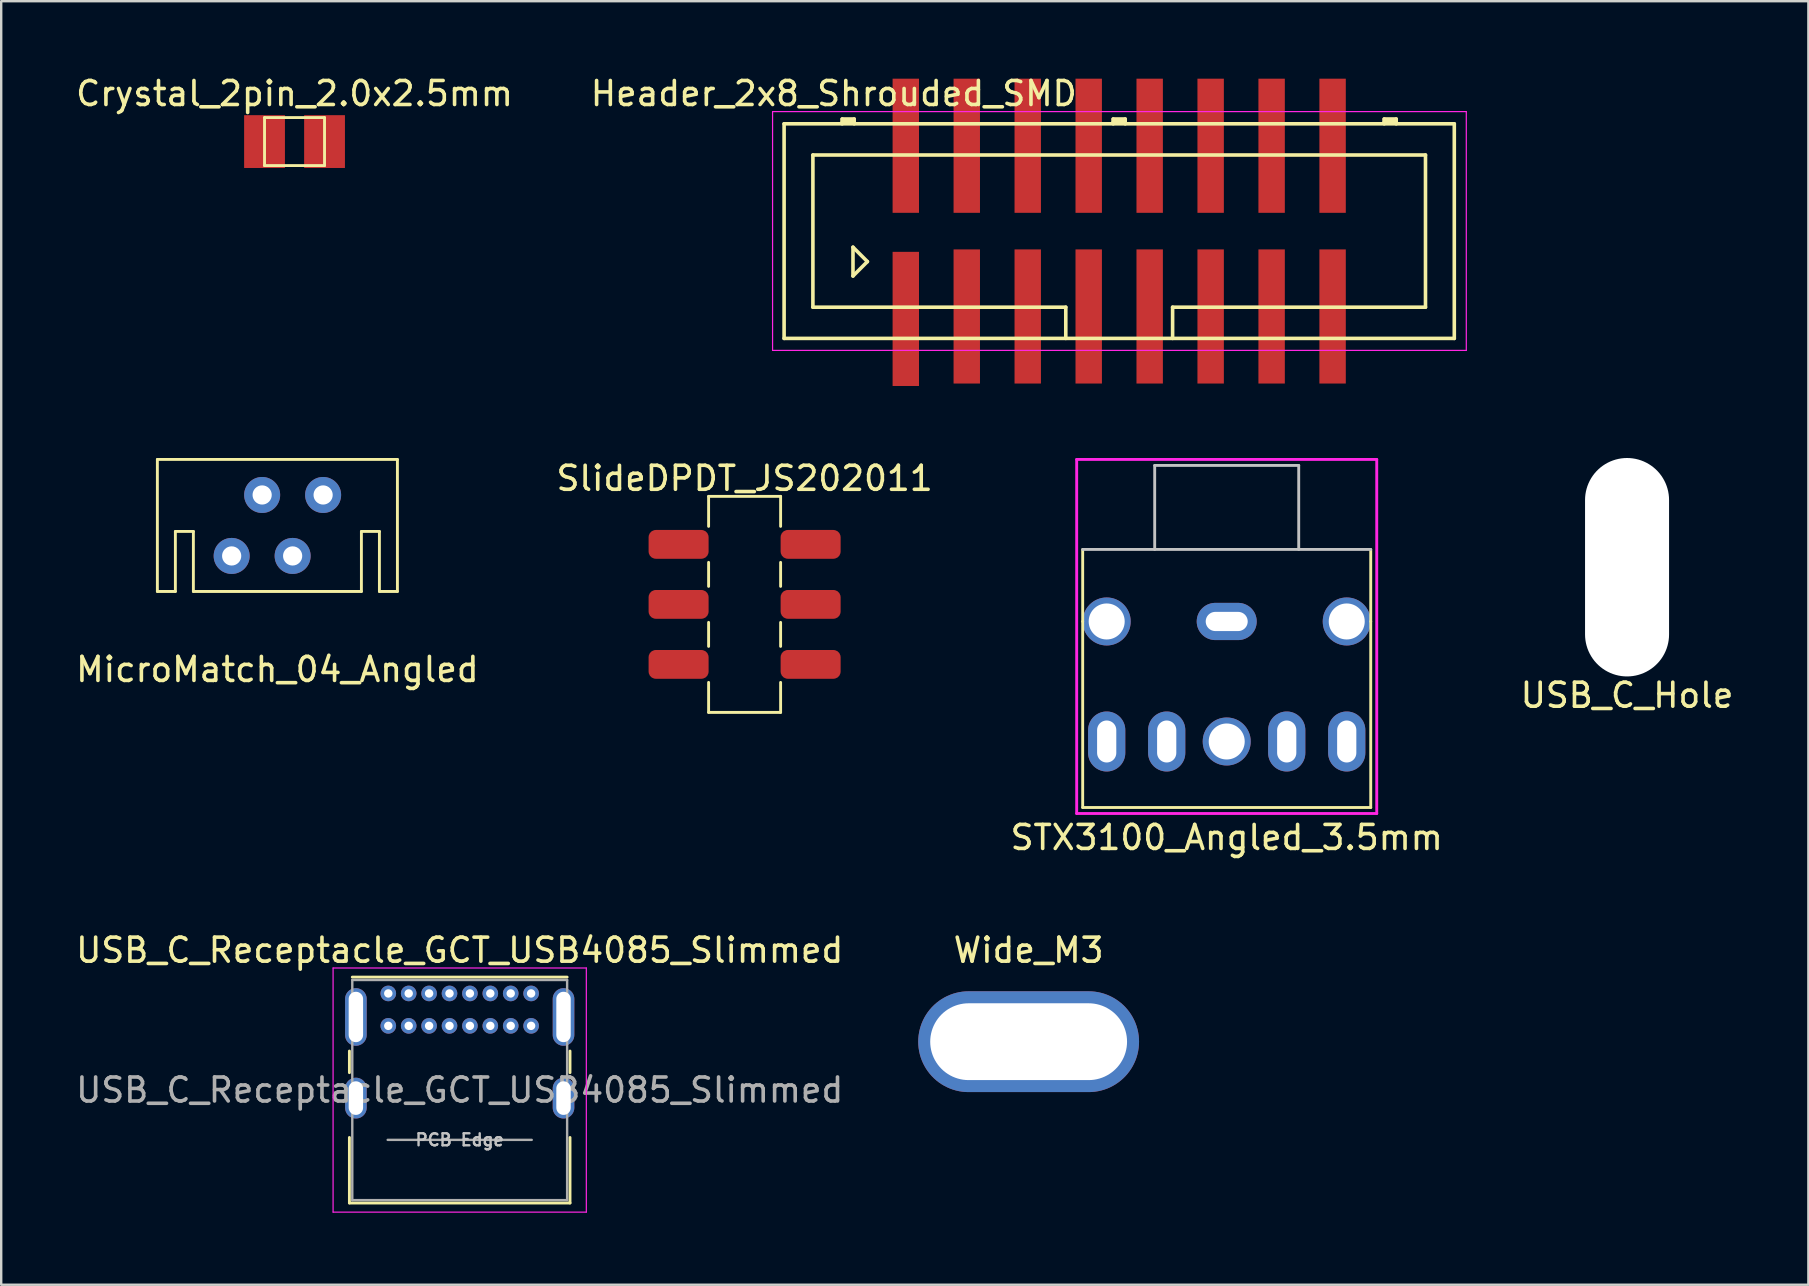
<source format=kicad_pcb>
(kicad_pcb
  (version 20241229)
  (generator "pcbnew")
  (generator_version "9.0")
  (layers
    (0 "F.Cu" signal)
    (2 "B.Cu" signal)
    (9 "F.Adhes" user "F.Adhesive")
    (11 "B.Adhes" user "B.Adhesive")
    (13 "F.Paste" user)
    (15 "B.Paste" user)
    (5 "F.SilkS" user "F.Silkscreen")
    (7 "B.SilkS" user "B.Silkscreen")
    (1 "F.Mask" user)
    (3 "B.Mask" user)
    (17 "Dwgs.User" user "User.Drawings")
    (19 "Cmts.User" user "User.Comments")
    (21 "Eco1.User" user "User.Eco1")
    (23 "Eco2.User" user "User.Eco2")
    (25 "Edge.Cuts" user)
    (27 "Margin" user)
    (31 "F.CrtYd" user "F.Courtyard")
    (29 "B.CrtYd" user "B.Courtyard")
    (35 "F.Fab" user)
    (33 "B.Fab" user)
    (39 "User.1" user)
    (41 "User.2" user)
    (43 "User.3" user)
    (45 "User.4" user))
  (footprint "SlideDPDT_JS202011"
    (layer "F.Cu")
    (at 27.97 22.128)
    (property "Reference" "SlideDPDT_JS202011" (at 0 -5.25 0) (layer "F.SilkS") (effects (font (size 1 1) (thickness 0.15))))
    (attr through_hole)
    (fp_line (start -1.5 -4.5) (end -1.5 -3.25) (stroke (width 0.12) (type solid)) (layer "F.SilkS"))
    (fp_line (start -1.5 -1.75) (end -1.5 -0.75) (stroke (width 0.12) (type solid)) (layer "F.SilkS"))
    (fp_line (start -1.5 0.75) (end -1.5 1.75) (stroke (width 0.12) (type solid)) (layer "F.SilkS"))
    (fp_line (start -1.5 4.5) (end -1.5 3.25) (stroke (width 0.12) (type solid)) (layer "F.SilkS"))
    (fp_line (start 1.5 -4.5) (end -1.5 -4.5) (stroke (width 0.12) (type solid)) (layer "F.SilkS"))
    (fp_line (start 1.5 -3.25) (end 1.5 -4.5) (stroke (width 0.12) (type solid)) (layer "F.SilkS"))
    (fp_line (start 1.5 -1.75) (end 1.5 -0.75) (stroke (width 0.12) (type solid)) (layer "F.SilkS"))
    (fp_line (start 1.5 0.75) (end 1.5 1.75) (stroke (width 0.12) (type solid)) (layer "F.SilkS"))
    (fp_line (start 1.5 3.25) (end 1.5 4.5) (stroke (width 0.12) (type solid)) (layer "F.SilkS"))
    (fp_line (start 1.5 4.5) (end -1.5 4.5) (stroke (width 0.12) (type solid)) (layer "F.SilkS"))
    (pad "1" smd roundrect (at -2.75 -2.5) (size 2.5 1.2) (layers "F.Cu" "F.Mask" "F.Paste") (roundrect_rratio 0.25))
    (pad "2" smd roundrect (at -2.75 0) (size 2.5 1.2) (layers "F.Cu" "F.Mask" "F.Paste") (roundrect_rratio 0.25))
    (pad "3" smd roundrect (at -2.75 2.5) (size 2.5 1.2) (layers "F.Cu" "F.Mask" "F.Paste") (roundrect_rratio 0.25))
    (pad "4" smd roundrect (at 2.75 -2.5) (size 2.5 1.2) (layers "F.Cu" "F.Mask" "F.Paste") (roundrect_rratio 0.25))
    (pad "5" smd roundrect (at 2.75 0) (size 2.5 1.2) (layers "F.Cu" "F.Mask" "F.Paste") (roundrect_rratio 0.25))
    (pad "6" smd roundrect (at 2.75 2.5) (size 2.5 1.2) (layers "F.Cu" "F.Mask" "F.Paste") (roundrect_rratio 0.25)))
  (footprint "USB_C_Hole"
    (layer "F.Cu")
    (at 64.732 20.58)
    (property "Reference" "USB_C_Hole" (at 0 5.334 0) (layer "F.SilkS") (effects (font (size 1 1) (thickness 0.15))))
    (attr through_hole)
    (pad "" np_thru_hole oval (at 0 0) (size 3.5 9.1) (drill oval 3.5 9.1) (layers "*.Cu" "*.Mask")))
  (footprint "Header_2x8_Shrouded_SMD"
    (layer "F.Cu")
    (at 34.685 7.848)
    (property "Reference" "Header_2x8_Shrouded_SMD" (at -3 -7 0) (layer "F.SilkS") (effects (font (size 1 1) (thickness 0.15))))
    (attr through_hole)
    (fp_line (start -5.07 -5.74) (end 22.85 -5.74) (stroke (width 0.15) (type solid)) (layer "F.SilkS"))
    (fp_line (start -5.07 3.2) (end -5.07 -5.74) (stroke (width 0.15) (type solid)) (layer "F.SilkS"))
    (fp_line (start -3.87 -4.44) (end 21.65 -4.44) (stroke (width 0.15) (type solid)) (layer "F.SilkS"))
    (fp_line (start -3.87 1.9) (end -3.87 -4.44) (stroke (width 0.15) (type solid)) (layer "F.SilkS"))
    (fp_line (start -2.65 -5.94) (end -2.15 -5.94) (stroke (width 0.15) (type solid)) (layer "F.SilkS"))
    (fp_line (start -2.65 -5.84) (end -2.15 -5.84) (stroke (width 0.15) (type solid)) (layer "F.SilkS"))
    (fp_line (start -2.65 -5.74) (end -2.65 -5.94) (stroke (width 0.15) (type solid)) (layer "F.SilkS"))
    (fp_line (start -2.2 -0.6) (end -1.6 0) (stroke (width 0.15) (type solid)) (layer "F.SilkS"))
    (fp_line (start -2.2 0.6) (end -2.2 -0.6) (stroke (width 0.15) (type solid)) (layer "F.SilkS"))
    (fp_line (start -2.15 -5.94) (end -2.15 -5.74) (stroke (width 0.15) (type solid)) (layer "F.SilkS"))
    (fp_line (start -1.6 0) (end -2.2 0.6) (stroke (width 0.15) (type solid)) (layer "F.SilkS"))
    (fp_line (start 6.665 1.9) (end -3.87 1.9) (stroke (width 0.15) (type solid)) (layer "F.SilkS"))
    (fp_line (start 6.665 3.2) (end 6.665 1.9) (stroke (width 0.15) (type solid)) (layer "F.SilkS"))
    (fp_line (start 8.64 -5.94) (end 9.14 -5.94) (stroke (width 0.15) (type solid)) (layer "F.SilkS"))
    (fp_line (start 8.64 -5.84) (end 9.14 -5.84) (stroke (width 0.15) (type solid)) (layer "F.SilkS"))
    (fp_line (start 8.64 -5.74) (end 8.64 -5.94) (stroke (width 0.15) (type solid)) (layer "F.SilkS"))
    (fp_line (start 9.14 -5.94) (end 9.14 -5.74) (stroke (width 0.15) (type solid)) (layer "F.SilkS"))
    (fp_line (start 11.115 1.9) (end 11.115 3.2) (stroke (width 0.15) (type solid)) (layer "F.SilkS"))
    (fp_line (start 19.93 -5.94) (end 20.43 -5.94) (stroke (width 0.15) (type solid)) (layer "F.SilkS"))
    (fp_line (start 19.93 -5.84) (end 20.43 -5.84) (stroke (width 0.15) (type solid)) (layer "F.SilkS"))
    (fp_line (start 19.93 -5.74) (end 19.93 -5.94) (stroke (width 0.15) (type solid)) (layer "F.SilkS"))
    (fp_line (start 20.43 -5.94) (end 20.43 -5.74) (stroke (width 0.15) (type solid)) (layer "F.SilkS"))
    (fp_line (start 21.65 -4.44) (end 21.65 1.9) (stroke (width 0.15) (type solid)) (layer "F.SilkS"))
    (fp_line (start 21.65 1.9) (end 11.115 1.9) (stroke (width 0.15) (type solid)) (layer "F.SilkS"))
    (fp_line (start 22.85 -5.74) (end 22.85 3.2) (stroke (width 0.15) (type solid)) (layer "F.SilkS"))
    (fp_line (start 22.85 3.2) (end -5.07 3.2) (stroke (width 0.15) (type solid)) (layer "F.SilkS"))
    (fp_line (start -5.55 -6.25) (end 23.35 -6.25) (stroke (width 0.05) (type solid)) (layer "F.CrtYd"))
    (fp_line (start -5.55 3.7) (end -5.55 -6.25) (stroke (width 0.05) (type solid)) (layer "F.CrtYd"))
    (fp_line (start 23.35 -6.25) (end 23.35 3.7) (stroke (width 0.05) (type solid)) (layer "F.CrtYd"))
    (fp_line (start 23.35 3.7) (end -5.55 3.7) (stroke (width 0.05) (type solid)) (layer "F.CrtYd"))
    (pad "1" smd rect (at 0 2.388) (size 1.1 5.588) (layers "F.Cu" "F.Mask" "F.Paste"))
    (pad "2" smd rect (at 0 -4.826) (size 1.1 5.588) (layers "F.Cu" "F.Mask" "F.Paste"))
    (pad "3" smd rect (at 2.54 2.286) (size 1.1 5.588) (layers "F.Cu" "F.Mask" "F.Paste"))
    (pad "4" smd rect (at 2.54 -4.826) (size 1.1 5.588) (layers "F.Cu" "F.Mask" "F.Paste"))
    (pad "5" smd rect (at 5.08 2.286) (size 1.1 5.588) (layers "F.Cu" "F.Mask" "F.Paste"))
    (pad "6" smd rect (at 5.08 -4.826) (size 1.1 5.588) (layers "F.Cu" "F.Mask" "F.Paste"))
    (pad "7" smd rect (at 7.62 2.286) (size 1.1 5.588) (layers "F.Cu" "F.Mask" "F.Paste"))
    (pad "8" smd rect (at 7.62 -4.826) (size 1.1 5.588) (layers "F.Cu" "F.Mask" "F.Paste"))
    (pad "9" smd rect (at 10.16 2.286) (size 1.1 5.588) (layers "F.Cu" "F.Mask" "F.Paste"))
    (pad "10" smd rect (at 10.16 -4.826) (size 1.1 5.588) (layers "F.Cu" "F.Mask" "F.Paste"))
    (pad "11" smd rect (at 12.7 2.286) (size 1.1 5.588) (layers "F.Cu" "F.Mask" "F.Paste"))
    (pad "12" smd rect (at 12.7 -4.826) (size 1.1 5.588) (layers "F.Cu" "F.Mask" "F.Paste"))
    (pad "13" smd rect (at 15.24 2.286) (size 1.1 5.588) (layers "F.Cu" "F.Mask" "F.Paste"))
    (pad "14" smd rect (at 15.24 -4.826) (size 1.1 5.588) (layers "F.Cu" "F.Mask" "F.Paste"))
    (pad "15" smd rect (at 17.78 2.286) (size 1.1 5.588) (layers "F.Cu" "F.Mask" "F.Paste"))
    (pad "16" smd rect (at 17.78 -4.826) (size 1.1 5.588) (layers "F.Cu" "F.Mask" "F.Paste")))
  (footprint "Crystal_2pin_2.0x2.5mm"
    (layer "F.Cu")
    (at 9.22 2.848)
    (property "Reference" "Crystal_2pin_2.0x2.5mm" (at 0 -2 0) (layer "F.SilkS") (effects (font (size 1 1) (thickness 0.15))))
    (attr through_hole)
    (fp_line (start -1.25 -1) (end 1.25 -1) (stroke (width 0.12) (type solid)) (layer "F.SilkS"))
    (fp_line (start -1.25 1) (end -1.25 -1) (stroke (width 0.12) (type solid)) (layer "F.SilkS"))
    (fp_line (start 1.25 -1) (end 1.25 1) (stroke (width 0.12) (type solid)) (layer "F.SilkS"))
    (fp_line (start 1.25 1) (end -1.25 1) (stroke (width 0.12) (type solid)) (layer "F.SilkS"))
    (pad "1" smd rect (at -1.25 0) (size 1.7 2.2) (layers "F.Cu" "F.Mask" "F.Paste"))
    (pad "2" smd rect (at 1.25 0) (size 1.7 2.2) (layers "F.Cu" "F.Mask" "F.Paste")))
  (footprint "USB_C_Receptacle_GCT_USB4085_Slimmed"
    (layer "F.Cu")
    (at 13.126 38.336)
    (property "Reference" "USB_C_Receptacle_GCT_USB4085_Slimmed" (at 2.975 -1.8 0) (layer "F.SilkS") (effects (font (size 1 1) (thickness 0.15))))
    (attr through_hole)
    (fp_line (start -1.62 2.4) (end -1.62 3.3) (stroke (width 0.12) (type solid)) (layer "F.SilkS"))
    (fp_line (start -1.62 6) (end -1.62 8.73) (stroke (width 0.12) (type solid)) (layer "F.SilkS"))
    (fp_line (start -1.62 8.73) (end 7.57 8.73) (stroke (width 0.12) (type solid)) (layer "F.SilkS"))
    (fp_line (start -1.5 -0.68) (end 7.45 -0.68) (stroke (width 0.12) (type solid)) (layer "F.SilkS"))
    (fp_line (start 7.57 2.4) (end 7.57 3.3) (stroke (width 0.12) (type solid)) (layer "F.SilkS"))
    (fp_line (start 7.57 6) (end 7.57 8.73) (stroke (width 0.12) (type solid)) (layer "F.SilkS"))
    (fp_line (start -2.3 -1.06) (end -2.3 9.11) (stroke (width 0.05) (type solid)) (layer "F.CrtYd"))
    (fp_line (start -2.3 -1.06) (end 8.25 -1.06) (stroke (width 0.05) (type solid)) (layer "F.CrtYd"))
    (fp_line (start -2.3 9.11) (end 8.25 9.11) (stroke (width 0.05) (type solid)) (layer "F.CrtYd"))
    (fp_line (start 8.25 -1.06) (end 8.25 9.11) (stroke (width 0.05) (type solid)) (layer "F.CrtYd"))
    (fp_line (start -1.5 -0.56) (end -1.5 8.61) (stroke (width 0.1) (type solid)) (layer "F.Fab"))
    (fp_line (start -1.5 -0.56) (end 7.45 -0.56) (stroke (width 0.1) (type solid)) (layer "F.Fab"))
    (fp_line (start -1.5 8.61) (end 7.45 8.61) (stroke (width 0.1) (type solid)) (layer "F.Fab"))
    (fp_line (start -0.025 6.1) (end 5.975 6.1) (stroke (width 0.1) (type solid)) (layer "F.Fab"))
    (fp_line (start 7.45 -0.56) (end 7.45 8.61) (stroke (width 0.1) (type solid)) (layer "F.Fab"))
    (fp_text user "PCB Edge" (at 2.975 6.1 0) (layer "Dwgs.User") (effects (font (size 0.5 0.5) (thickness 0.1))))
    (fp_text user "${REFERENCE}" (at 2.975 4.025 0) (layer "F.Fab") (effects (font (size 1 1) (thickness 0.15))))
    (pad "A1" thru_hole circle (at 0 0) (size 0.65 0.65) (drill 0.35) (layers "*.Cu" "*.Mask"))
    (pad "A4" thru_hole circle (at 0.85 0) (size 0.65 0.65) (drill 0.35) (layers "*.Cu" "*.Mask"))
    (pad "A5" thru_hole circle (at 1.7 0) (size 0.65 0.65) (drill 0.35) (layers "*.Cu" "*.Mask"))
    (pad "A6" thru_hole circle (at 2.55 0) (size 0.65 0.65) (drill 0.35) (layers "*.Cu" "*.Mask"))
    (pad "A7" thru_hole circle (at 3.4 0) (size 0.65 0.65) (drill 0.35) (layers "*.Cu" "*.Mask"))
    (pad "A8" thru_hole circle (at 4.25 0) (size 0.65 0.65) (drill 0.35) (layers "*.Cu" "*.Mask"))
    (pad "A9" thru_hole circle (at 5.1 0) (size 0.65 0.65) (drill 0.35) (layers "*.Cu" "*.Mask"))
    (pad "A12" thru_hole circle (at 5.95 0) (size 0.65 0.65) (drill 0.35) (layers "*.Cu" "*.Mask"))
    (pad "B1" thru_hole circle (at 5.95 1.35) (size 0.65 0.65) (drill 0.35) (layers "*.Cu" "*.Mask"))
    (pad "B4" thru_hole circle (at 5.1 1.35) (size 0.65 0.65) (drill 0.35) (layers "*.Cu" "*.Mask"))
    (pad "B5" thru_hole circle (at 4.25 1.35) (size 0.65 0.65) (drill 0.35) (layers "*.Cu" "*.Mask"))
    (pad "B6" thru_hole circle (at 3.4 1.35) (size 0.65 0.65) (drill 0.35) (layers "*.Cu" "*.Mask"))
    (pad "B7" thru_hole circle (at 2.55 1.35) (size 0.65 0.65) (drill 0.35) (layers "*.Cu" "*.Mask"))
    (pad "B8" thru_hole circle (at 1.7 1.35) (size 0.65 0.65) (drill 0.35) (layers "*.Cu" "*.Mask"))
    (pad "B9" thru_hole circle (at 0.85 1.35) (size 0.65 0.65) (drill 0.35) (layers "*.Cu" "*.Mask"))
    (pad "B12" thru_hole circle (at 0 1.35) (size 0.65 0.65) (drill 0.35) (layers "*.Cu" "*.Mask"))
    (pad "S1" thru_hole oval (at -1.35 0.98) (size 0.9 2.4) (drill oval 0.6 2.1) (layers "*.Cu" "*.Mask"))
    (pad "S1" thru_hole oval (at -1.35 4.36) (size 0.9 1.7) (drill oval 0.6 1.4) (layers "*.Cu" "*.Mask"))
    (pad "S1" thru_hole oval (at 7.3 0.98) (size 0.9 2.4) (drill oval 0.6 2.1) (layers "*.Cu" "*.Mask"))
    (pad "S1" thru_hole oval (at 7.3 4.36) (size 0.9 1.7) (drill oval 0.6 1.4) (layers "*.Cu" "*.Mask")))
  (footprint "Wide_M3"
    (layer "F.Cu")
    (at 39.802 40.346)
    (property "Reference" "Wide_M3" (at 0 -3.81 0) (layer "F.SilkS") (effects (font (size 1 1) (thickness 0.15))))
    (attr through_hole)
    (pad "1" thru_hole oval (at 0 0) (size 9.2 4.2) (drill oval 8.2 3.2) (layers "*.Cu" "*.Mask")))
  (footprint "MicroMatch_04_Angled"
    (layer "F.Cu")
    (at 8.506 18.84)
    (property "Reference" "MicroMatch_04_Angled" (at 0 6 0) (layer "F.SilkS") (effects (font (size 1 1) (thickness 0.15))))
    (attr through_hole)
    (fp_line (start -5 -2.75) (end 5 -2.75) (stroke (width 0.12) (type solid)) (layer "F.SilkS"))
    (fp_line (start -5 2.75) (end -5 -2.75) (stroke (width 0.12) (type solid)) (layer "F.SilkS"))
    (fp_line (start -4.25 0.25) (end -4.25 2.75) (stroke (width 0.12) (type solid)) (layer "F.SilkS"))
    (fp_line (start -4.25 2.75) (end -5 2.75) (stroke (width 0.12) (type solid)) (layer "F.SilkS"))
    (fp_line (start -3.5 0.25) (end -4.25 0.25) (stroke (width 0.12) (type solid)) (layer "F.SilkS"))
    (fp_line (start -3.5 2.75) (end -3.5 0.25) (stroke (width 0.12) (type solid)) (layer "F.SilkS"))
    (fp_line (start 3.5 0.25) (end 3.5 2.75) (stroke (width 0.12) (type solid)) (layer "F.SilkS"))
    (fp_line (start 3.5 2.75) (end -3.5 2.75) (stroke (width 0.12) (type solid)) (layer "F.SilkS"))
    (fp_line (start 4.25 0.25) (end 3.5 0.25) (stroke (width 0.12) (type solid)) (layer "F.SilkS"))
    (fp_line (start 4.25 2.75) (end 4.25 0.25) (stroke (width 0.12) (type solid)) (layer "F.SilkS"))
    (fp_line (start 5 -2.75) (end 5 2.75) (stroke (width 0.12) (type solid)) (layer "F.SilkS"))
    (fp_line (start 5 2.75) (end 4.25 2.75) (stroke (width 0.12) (type solid)) (layer "F.SilkS"))
    (pad "1" thru_hole circle (at 1.905 -1.27) (size 1.5 1.5) (drill 0.8) (layers "*.Cu" "*.Mask"))
    (pad "2" thru_hole circle (at 0.635 1.27) (size 1.5 1.5) (drill 0.8) (layers "*.Cu" "*.Mask"))
    (pad "3" thru_hole circle (at -0.635 -1.27) (size 1.5 1.5) (drill 0.8) (layers "*.Cu" "*.Mask"))
    (pad "4" thru_hole circle (at -1.905 1.27) (size 1.5 1.5) (drill 0.8) (layers "*.Cu" "*.Mask")))
  (footprint "STX3100_Angled_3.5mm"
    (layer "F.Cu")
    (at 48.054 22.84)
    (property "Reference" "STX3100_Angled_3.5mm" (at 0 9 0) (layer "F.SilkS") (effects (font (size 1 1) (thickness 0.15))))
    (attr through_hole)
    (fp_line (start -6 -3) (end -6 0) (stroke (width 0.12) (type solid)) (layer "F.SilkS"))
    (fp_line (start -6 0) (end -6 7.75) (stroke (width 0.12) (type solid)) (layer "F.SilkS"))
    (fp_line (start -6 7.75) (end 6 7.75) (stroke (width 0.12) (type solid)) (layer "F.SilkS"))
    (fp_line (start 6 0) (end 6 -3) (stroke (width 0.12) (type solid)) (layer "F.SilkS"))
    (fp_line (start 6 7.75) (end 6 0) (stroke (width 0.12) (type solid)) (layer "F.SilkS"))
    (fp_line (start -6 -3) (end 6 -3) (stroke (width 0.12) (type solid)) (layer "Dwgs.User"))
    (fp_line (start -3 -6.5) (end 3 -6.5) (stroke (width 0.12) (type solid)) (layer "Dwgs.User"))
    (fp_line (start -3 -3) (end -3 -6.5) (stroke (width 0.12) (type solid)) (layer "Dwgs.User"))
    (fp_line (start 3 -6.5) (end 3 -3) (stroke (width 0.12) (type solid)) (layer "Dwgs.User"))
    (fp_line (start -6.25 -6.75) (end 6.25 -6.75) (stroke (width 0.12) (type solid)) (layer "F.CrtYd"))
    (fp_line (start -6.25 8) (end -6.25 -6.75) (stroke (width 0.12) (type solid)) (layer "F.CrtYd"))
    (fp_line (start 6.25 -6.75) (end 6.25 8) (stroke (width 0.12) (type solid)) (layer "F.CrtYd"))
    (fp_line (start 6.25 8) (end -6.25 8) (stroke (width 0.12) (type solid)) (layer "F.CrtYd"))
    (pad "" np_thru_hole circle (at -5 0 90) (size 2 2) (drill 1.5) (layers "*.Cu" "*.Mask"))
    (pad "" np_thru_hole circle (at 0 5 90) (size 2 2) (drill 1.5) (layers "*.Cu" "*.Mask"))
    (pad "" np_thru_hole circle (at 5 0 90) (size 2 2) (drill 1.5) (layers "*.Cu" "*.Mask"))
    (pad "R" thru_hole oval (at 5 5 90) (size 2.5 1.55) (drill oval 1.75 0.8) (layers "*.Cu" "*.Mask"))
    (pad "RN" thru_hole oval (at 2.5 5 90) (size 2.5 1.55) (drill oval 1.75 0.8) (layers "*.Cu" "*.Mask"))
    (pad "S" thru_hole oval (at 0 0) (size 2.5 1.55) (drill oval 1.75 0.8) (layers "*.Cu" "*.Mask"))
    (pad "T" thru_hole oval (at -5 5 90) (size 2.5 1.55) (drill oval 1.75 0.8) (layers "*.Cu" "*.Mask"))
    (pad "TN" thru_hole oval (at -2.5 5 270) (size 2.5 1.55) (drill oval 1.75 0.8) (layers "*.Cu" "*.Mask")))
  (gr_rect
    (start -3 -3)
    (end 72.286 50.471)
    (stroke (width 0.1) (type default))
    (fill no)
    (layer "Edge.Cuts")))
</source>
